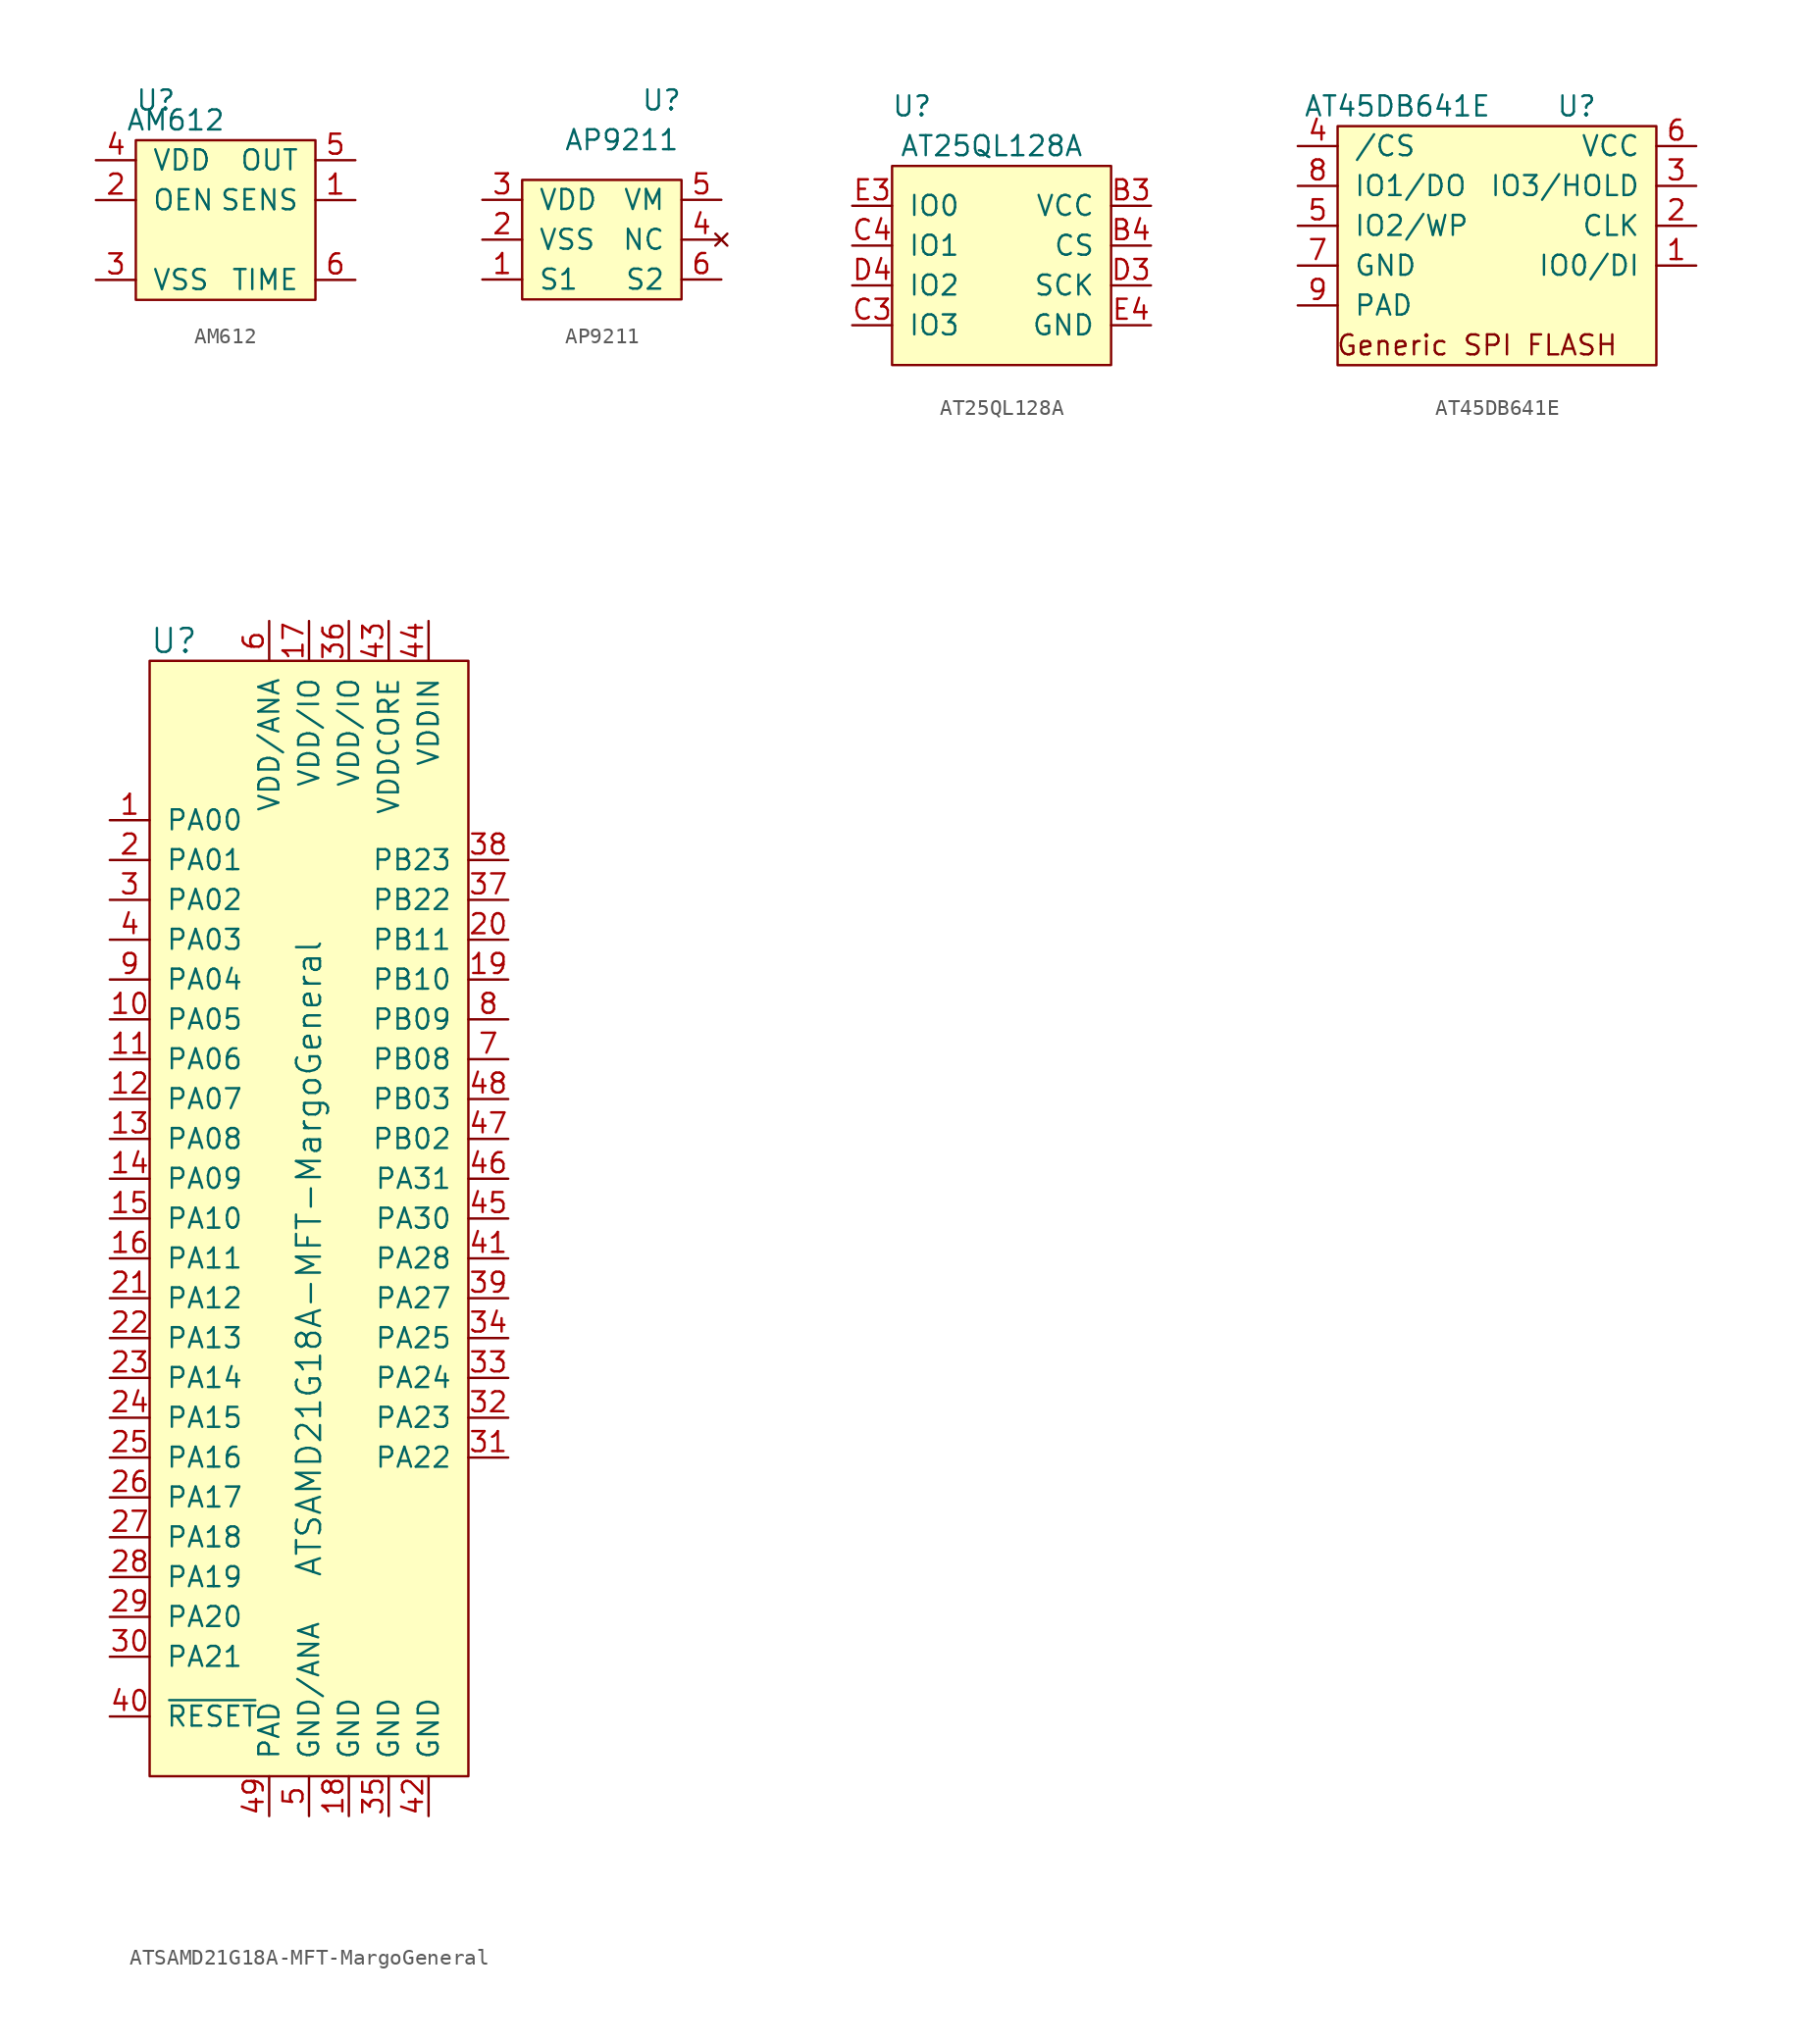
<source format=kicad_sym>
(kicad_symbol_lib
  (version 20211014)
  (generator kicad_symbol_editor)
  (symbol "AM612"
    (pin_names
      (offset 1.016))
    (property "Reference" "U"
      (at 1.27 12.7 0)
      (effects (font (size 1.27 1.27))))
    (property "Value" "AM612"
      (at 2.54 11.43 0)
      (effects (font (size 1.27 1.27))))
    (symbol "AM612_0_1"
      (rectangle (start 0 0) (end 11.43 10.16) (stroke (width 0) (type default) (color 0 0 0 0)) (fill (type background))))
    (symbol "AM612_1_1"
      (pin input line (at 13.97 6.35 180) (length 2.54) (name "SENS" (effects (font (size 1.27 1.27)))) (number "1" (effects (font (size 1.27 1.27)))))
      (pin input line (at -2.54 6.35 0) (length 2.54) (name "OEN" (effects (font (size 1.27 1.27)))) (number "2" (effects (font (size 1.27 1.27)))))
      (pin input line (at -2.54 1.27 0) (length 2.54) (name "VSS" (effects (font (size 1.27 1.27)))) (number "3" (effects (font (size 1.27 1.27)))))
      (pin input line (at -2.54 8.89 0) (length 2.54) (name "VDD" (effects (font (size 1.27 1.27)))) (number "4" (effects (font (size 1.27 1.27)))))
      (pin input line (at 13.97 8.89 180) (length 2.54) (name "OUT" (effects (font (size 1.27 1.27)))) (number "5" (effects (font (size 1.27 1.27)))))
      (pin input line (at 13.97 1.27 180) (length 2.54) (name "TIME" (effects (font (size 1.27 1.27)))) (number "6" (effects (font (size 1.27 1.27)))))))
  (symbol "AP9211"
    (pin_names
      (offset 1.016))
    (property "Reference" "U"
      (at 8.89 12.7 0)
      (effects (font (size 1.27 1.27))))
    (property "Value" "AP9211"
      (at 6.35 10.16 0)
      (effects (font (size 1.27 1.27))))
    (symbol "AP9211_0_1"
      (rectangle (start 0 0) (end 10.16 7.62) (stroke (width 0) (type default) (color 0 0 0 0)) (fill (type background))))
    (symbol "AP9211_1_1"
      (pin input line (at -2.54 1.27 0) (length 2.54) (name "S1" (effects (font (size 1.27 1.27)))) (number "1" (effects (font (size 1.27 1.27)))))
      (pin input line (at -2.54 3.81 0) (length 2.54) (name "VSS" (effects (font (size 1.27 1.27)))) (number "2" (effects (font (size 1.27 1.27)))))
      (pin input line (at -2.54 6.35 0) (length 2.54) (name "VDD" (effects (font (size 1.27 1.27)))) (number "3" (effects (font (size 1.27 1.27)))))
      (pin no_connect line (at 12.7 3.81 180) (length 2.54) (name "NC" (effects (font (size 1.27 1.27)))) (number "4" (effects (font (size 1.27 1.27)))))
      (pin input line (at 12.7 6.35 180) (length 2.54) (name "VM" (effects (font (size 1.27 1.27)))) (number "5" (effects (font (size 1.27 1.27)))))
      (pin input line (at 12.7 1.27 180) (length 2.54) (name "S2" (effects (font (size 1.27 1.27)))) (number "6" (effects (font (size 1.27 1.27)))))))
  (symbol "AT25QL128A"
    (pin_names
      (offset 1.016))
    (property "Reference" "U"
      (at 1.27 16.51 0)
      (effects (font (size 1.27 1.27))))
    (property "Value" "AT25QL128A"
      (at 6.35 13.97 0)
      (effects (font (size 1.27 1.27))))
    (symbol "AT25QL128A_0_1"
      (rectangle (start 0 0) (end 13.97 12.7) (stroke (width 0) (type default) (color 0 0 0 0)) (fill (type background))))
    (symbol "AT25QL128A_1_1"
      (pin input line (at 16.51 10.16 180) (length 2.54) (name "VCC" (effects (font (size 1.27 1.27)))) (number "B3" (effects (font (size 1.27 1.27)))))
      (pin input line (at 16.51 7.62 180) (length 2.54) (name "CS" (effects (font (size 1.27 1.27)))) (number "B4" (effects (font (size 1.27 1.27)))))
      (pin input line (at -2.54 2.54 0) (length 2.54) (name "IO3" (effects (font (size 1.27 1.27)))) (number "C3" (effects (font (size 1.27 1.27)))))
      (pin input line (at -2.54 7.62 0) (length 2.54) (name "IO1" (effects (font (size 1.27 1.27)))) (number "C4" (effects (font (size 1.27 1.27)))))
      (pin input line (at 16.51 5.08 180) (length 2.54) (name "SCK" (effects (font (size 1.27 1.27)))) (number "D3" (effects (font (size 1.27 1.27)))))
      (pin input line (at -2.54 5.08 0) (length 2.54) (name "IO2" (effects (font (size 1.27 1.27)))) (number "D4" (effects (font (size 1.27 1.27)))))
      (pin input line (at -2.54 10.16 0) (length 2.54) (name "IO0" (effects (font (size 1.27 1.27)))) (number "E3" (effects (font (size 1.27 1.27)))))
      (pin input line (at 16.51 2.54 180) (length 2.54) (name "GND" (effects (font (size 1.27 1.27)))) (number "E4" (effects (font (size 1.27 1.27)))))))
  (symbol "AT45DB641E"
    (pin_names
      (offset 1.016))
    (property "Reference" "U"
      (at 15.24 13.97 0)
      (effects (font (size 1.27 1.27))))
    (property "Value" "AT45DB641E"
      (at 3.81 13.97 0)
      (effects (font (size 1.27 1.27))))
    (symbol "AT45DB641E_0_0"
      (text "Generic SPI FLASH" (at 8.89 -1.27 0) (effects (font (size 1.27 1.27)))))
    (symbol "AT45DB641E_0_1"
      (rectangle (start 0 -2.54) (end 20.32 12.7) (stroke (width 0) (type default) (color 0 0 0 0)) (fill (type background))))
    (symbol "AT45DB641E_1_1"
      (pin input line (at 22.86 3.81 180) (length 2.54) (name "IO0/DI" (effects (font (size 1.27 1.27)))) (number "1" (effects (font (size 1.27 1.27)))))
      (pin input line (at 22.86 6.35 180) (length 2.54) (name "CLK" (effects (font (size 1.27 1.27)))) (number "2" (effects (font (size 1.27 1.27)))))
      (pin input line (at 22.86 8.89 180) (length 2.54) (name "IO3/HOLD" (effects (font (size 1.27 1.27)))) (number "3" (effects (font (size 1.27 1.27)))))
      (pin input line (at -2.54 11.43 0) (length 2.54) (name "/CS" (effects (font (size 1.27 1.27)))) (number "4" (effects (font (size 1.27 1.27)))))
      (pin input line (at -2.54 6.35 0) (length 2.54) (name "IO2/WP" (effects (font (size 1.27 1.27)))) (number "5" (effects (font (size 1.27 1.27)))))
      (pin input line (at 22.86 11.43 180) (length 2.54) (name "VCC" (effects (font (size 1.27 1.27)))) (number "6" (effects (font (size 1.27 1.27)))))
      (pin input line (at -2.54 3.81 0) (length 2.54) (name "GND" (effects (font (size 1.27 1.27)))) (number "7" (effects (font (size 1.27 1.27)))))
      (pin input line (at -2.54 8.89 0) (length 2.54) (name "IO1/DO" (effects (font (size 1.27 1.27)))) (number "8" (effects (font (size 1.27 1.27)))))
      (pin input line (at -2.54 1.27 0) (length 2.54) (name "PAD" (effects (font (size 1.27 1.27)))) (number "9" (effects (font (size 1.27 1.27)))))))
  (symbol "ATSAMD21G18A-MFT-MargoGeneral"
    (pin_names
      (offset 1.016))
    (property "Reference" "U"
      (at -10.16 39.37 0)
      (effects (font (size 1.524 1.524)) (justify left)))
    (property "Value" "ATSAMD21G18A-MFT-MargoGeneral"
      (at 0 0 90)
      (effects (font (size 1.524 1.524))))
    (symbol "ATSAMD21G18A-MFT-MargoGeneral_0_1"
      (rectangle (start -10.16 38.1) (end 10.16 -33.02) (stroke (width 0) (type default) (color 0 0 0 0)) (fill (type background))))
    (symbol "ATSAMD21G18A-MFT-MargoGeneral_1_1"
      (pin bidirectional line (at -12.7 27.94 0) (length 2.54) (name "PA00" (effects (font (size 1.27 1.27)))) (number "1" (effects (font (size 1.27 1.27)))))
      (pin bidirectional line (at -12.7 15.24 0) (length 2.54) (name "PA05" (effects (font (size 1.27 1.27)))) (number "10" (effects (font (size 1.27 1.27)))))
      (pin bidirectional line (at -12.7 12.7 0) (length 2.54) (name "PA06" (effects (font (size 1.27 1.27)))) (number "11" (effects (font (size 1.27 1.27)))))
      (pin bidirectional line (at -12.7 10.16 0) (length 2.54) (name "PA07" (effects (font (size 1.27 1.27)))) (number "12" (effects (font (size 1.27 1.27)))))
      (pin bidirectional line (at -12.7 7.62 0) (length 2.54) (name "PA08" (effects (font (size 1.27 1.27)))) (number "13" (effects (font (size 1.27 1.27)))))
      (pin bidirectional line (at -12.7 5.08 0) (length 2.54) (name "PA09" (effects (font (size 1.27 1.27)))) (number "14" (effects (font (size 1.27 1.27)))))
      (pin bidirectional line (at -12.7 2.54 0) (length 2.54) (name "PA10" (effects (font (size 1.27 1.27)))) (number "15" (effects (font (size 1.27 1.27)))))
      (pin bidirectional line (at -12.7 0 0) (length 2.54) (name "PA11" (effects (font (size 1.27 1.27)))) (number "16" (effects (font (size 1.27 1.27)))))
      (pin power_in line (at 0 40.64 270) (length 2.54) (name "VDD/IO" (effects (font (size 1.27 1.27)))) (number "17" (effects (font (size 1.27 1.27)))))
      (pin power_in line (at 2.54 -35.56 90) (length 2.54) (name "GND" (effects (font (size 1.27 1.27)))) (number "18" (effects (font (size 1.27 1.27)))))
      (pin bidirectional line (at 12.7 17.78 180) (length 2.54) (name "PB10" (effects (font (size 1.27 1.27)))) (number "19" (effects (font (size 1.27 1.27)))))
      (pin bidirectional line (at -12.7 25.4 0) (length 2.54) (name "PA01" (effects (font (size 1.27 1.27)))) (number "2" (effects (font (size 1.27 1.27)))))
      (pin bidirectional line (at 12.7 20.32 180) (length 2.54) (name "PB11" (effects (font (size 1.27 1.27)))) (number "20" (effects (font (size 1.27 1.27)))))
      (pin bidirectional line (at -12.7 -2.54 0) (length 2.54) (name "PA12" (effects (font (size 1.27 1.27)))) (number "21" (effects (font (size 1.27 1.27)))))
      (pin bidirectional line (at -12.7 -5.08 0) (length 2.54) (name "PA13" (effects (font (size 1.27 1.27)))) (number "22" (effects (font (size 1.27 1.27)))))
      (pin bidirectional line (at -12.7 -7.62 0) (length 2.54) (name "PA14" (effects (font (size 1.27 1.27)))) (number "23" (effects (font (size 1.27 1.27)))))
      (pin bidirectional line (at -12.7 -10.16 0) (length 2.54) (name "PA15" (effects (font (size 1.27 1.27)))) (number "24" (effects (font (size 1.27 1.27)))))
      (pin bidirectional line (at -12.7 -12.7 0) (length 2.54) (name "PA16" (effects (font (size 1.27 1.27)))) (number "25" (effects (font (size 1.27 1.27)))))
      (pin bidirectional line (at -12.7 -15.24 0) (length 2.54) (name "PA17" (effects (font (size 1.27 1.27)))) (number "26" (effects (font (size 1.27 1.27)))))
      (pin bidirectional line (at -12.7 -17.78 0) (length 2.54) (name "PA18" (effects (font (size 1.27 1.27)))) (number "27" (effects (font (size 1.27 1.27)))))
      (pin bidirectional line (at -12.7 -20.32 0) (length 2.54) (name "PA19" (effects (font (size 1.27 1.27)))) (number "28" (effects (font (size 1.27 1.27)))))
      (pin bidirectional line (at -12.7 -22.86 0) (length 2.54) (name "PA20" (effects (font (size 1.27 1.27)))) (number "29" (effects (font (size 1.27 1.27)))))
      (pin bidirectional line (at -12.7 22.86 0) (length 2.54) (name "PA02" (effects (font (size 1.27 1.27)))) (number "3" (effects (font (size 1.27 1.27)))))
      (pin bidirectional line (at -12.7 -25.4 0) (length 2.54) (name "PA21" (effects (font (size 1.27 1.27)))) (number "30" (effects (font (size 1.27 1.27)))))
      (pin bidirectional line (at 12.7 -12.7 180) (length 2.54) (name "PA22" (effects (font (size 1.27 1.27)))) (number "31" (effects (font (size 1.27 1.27)))))
      (pin bidirectional line (at 12.7 -10.16 180) (length 2.54) (name "PA23" (effects (font (size 1.27 1.27)))) (number "32" (effects (font (size 1.27 1.27)))))
      (pin bidirectional line (at 12.7 -7.62 180) (length 2.54) (name "PA24" (effects (font (size 1.27 1.27)))) (number "33" (effects (font (size 1.27 1.27)))))
      (pin bidirectional line (at 12.7 -5.08 180) (length 2.54) (name "PA25" (effects (font (size 1.27 1.27)))) (number "34" (effects (font (size 1.27 1.27)))))
      (pin power_in line (at 5.08 -35.56 90) (length 2.54) (name "GND" (effects (font (size 1.27 1.27)))) (number "35" (effects (font (size 1.27 1.27)))))
      (pin power_in line (at 2.54 40.64 270) (length 2.54) (name "VDD/IO" (effects (font (size 1.27 1.27)))) (number "36" (effects (font (size 1.27 1.27)))))
      (pin bidirectional line (at 12.7 22.86 180) (length 2.54) (name "PB22" (effects (font (size 1.27 1.27)))) (number "37" (effects (font (size 1.27 1.27)))))
      (pin bidirectional line (at 12.7 25.4 180) (length 2.54) (name "PB23" (effects (font (size 1.27 1.27)))) (number "38" (effects (font (size 1.27 1.27)))))
      (pin bidirectional line (at 12.7 -2.54 180) (length 2.54) (name "PA27" (effects (font (size 1.27 1.27)))) (number "39" (effects (font (size 1.27 1.27)))))
      (pin bidirectional line (at -12.7 20.32 0) (length 2.54) (name "PA03" (effects (font (size 1.27 1.27)))) (number "4" (effects (font (size 1.27 1.27)))))
      (pin input line (at -12.7 -29.21 0) (length 2.54) (name "~{RESET}" (effects (font (size 1.27 1.27)))) (number "40" (effects (font (size 1.27 1.27)))))
      (pin bidirectional line (at 12.7 0 180) (length 2.54) (name "PA28" (effects (font (size 1.27 1.27)))) (number "41" (effects (font (size 1.27 1.27)))))
      (pin power_in line (at 7.62 -35.56 90) (length 2.54) (name "GND" (effects (font (size 1.27 1.27)))) (number "42" (effects (font (size 1.27 1.27)))))
      (pin power_in line (at 5.08 40.64 270) (length 2.54) (name "VDDCORE" (effects (font (size 1.27 1.27)))) (number "43" (effects (font (size 1.27 1.27)))))
      (pin power_in line (at 7.62 40.64 270) (length 2.54) (name "VDDIN" (effects (font (size 1.27 1.27)))) (number "44" (effects (font (size 1.27 1.27)))))
      (pin bidirectional line (at 12.7 2.54 180) (length 2.54) (name "PA30" (effects (font (size 1.27 1.27)))) (number "45" (effects (font (size 1.27 1.27)))))
      (pin bidirectional line (at 12.7 5.08 180) (length 2.54) (name "PA31" (effects (font (size 1.27 1.27)))) (number "46" (effects (font (size 1.27 1.27)))))
      (pin bidirectional line (at 12.7 7.62 180) (length 2.54) (name "PB02" (effects (font (size 1.27 1.27)))) (number "47" (effects (font (size 1.27 1.27)))))
      (pin bidirectional line (at 12.7 10.16 180) (length 2.54) (name "PB03" (effects (font (size 1.27 1.27)))) (number "48" (effects (font (size 1.27 1.27)))))
      (pin input line (at -2.54 -35.56 90) (length 2.54) (name "PAD" (effects (font (size 1.27 1.27)))) (number "49" (effects (font (size 1.27 1.27)))))
      (pin power_in line (at 0 -35.56 90) (length 2.54) (name "GND/ANA" (effects (font (size 1.27 1.27)))) (number "5" (effects (font (size 1.27 1.27)))))
      (pin power_in line (at -2.54 40.64 270) (length 2.54) (name "VDD/ANA" (effects (font (size 1.27 1.27)))) (number "6" (effects (font (size 1.27 1.27)))))
      (pin bidirectional line (at 12.7 12.7 180) (length 2.54) (name "PB08" (effects (font (size 1.27 1.27)))) (number "7" (effects (font (size 1.27 1.27)))))
      (pin bidirectional line (at 12.7 15.24 180) (length 2.54) (name "PB09" (effects (font (size 1.27 1.27)))) (number "8" (effects (font (size 1.27 1.27)))))
      (pin bidirectional line (at -12.7 17.78 0) (length 2.54) (name "PA04" (effects (font (size 1.27 1.27)))) (number "9" (effects (font (size 1.27 1.27))))))))
</source>
